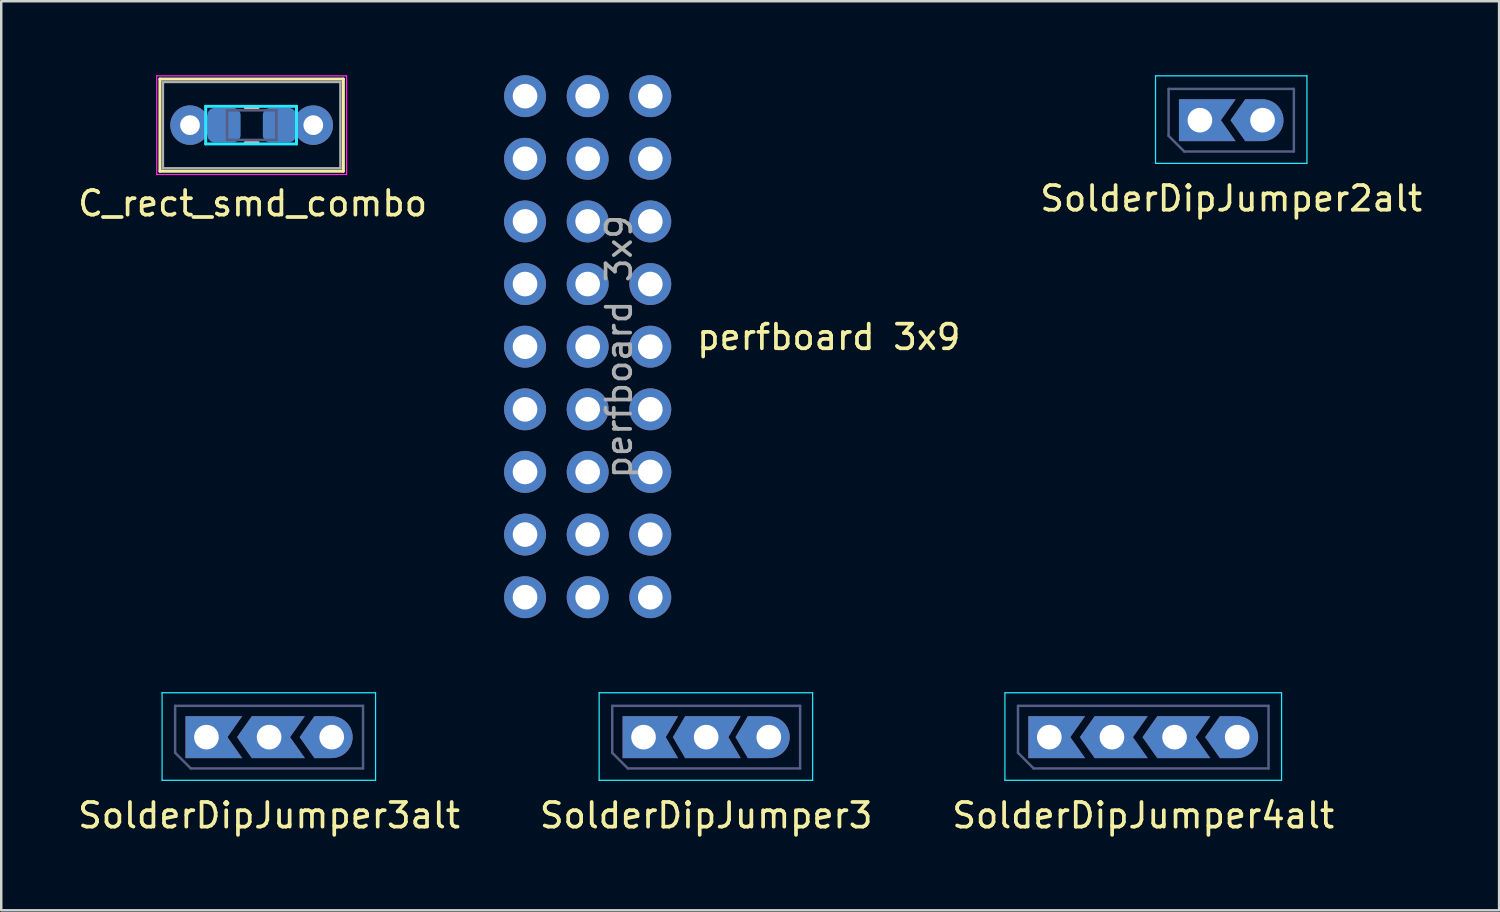
<source format=kicad_pcb>
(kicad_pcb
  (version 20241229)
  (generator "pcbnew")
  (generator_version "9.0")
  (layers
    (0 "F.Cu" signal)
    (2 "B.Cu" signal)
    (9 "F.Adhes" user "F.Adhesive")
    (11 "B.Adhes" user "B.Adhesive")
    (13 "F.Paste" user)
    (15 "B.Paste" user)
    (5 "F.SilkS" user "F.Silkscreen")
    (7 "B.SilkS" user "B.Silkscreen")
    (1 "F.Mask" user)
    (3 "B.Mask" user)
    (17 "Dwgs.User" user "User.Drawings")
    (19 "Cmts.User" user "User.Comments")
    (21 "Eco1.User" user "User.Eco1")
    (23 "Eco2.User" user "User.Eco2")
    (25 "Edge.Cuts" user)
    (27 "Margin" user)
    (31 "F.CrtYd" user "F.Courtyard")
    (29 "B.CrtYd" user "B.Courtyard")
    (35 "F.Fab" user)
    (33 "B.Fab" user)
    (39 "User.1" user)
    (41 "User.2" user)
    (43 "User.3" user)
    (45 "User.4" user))
  (footprint "SolderDipJumper3alt"
    (layer "F.Cu")
    (at 7.863 26.845)
    (property "Reference" "SolderDipJumper3alt" (at 0 3.175 0) (layer "F.SilkS") (effects (font (size 1 1) (thickness 0.15))))
    (attr through_hole)
    (fp_line (start -4.34 -1.8) (end -4.34 1.75) (stroke (width 0.05) (type solid)) (layer "B.CrtYd"))
    (fp_line (start -4.34 1.75) (end 4.318 1.75) (stroke (width 0.05) (type solid)) (layer "B.CrtYd"))
    (fp_line (start 4.318 -1.8) (end -4.34 -1.8) (stroke (width 0.05) (type solid)) (layer "B.CrtYd"))
    (fp_line (start 4.318 1.75) (end 4.318 -1.8) (stroke (width 0.05) (type solid)) (layer "B.CrtYd"))
    (fp_line (start -3.81 -1.27) (end -3.81 0.635) (stroke (width 0.1) (type solid)) (layer "B.Fab"))
    (fp_line (start -3.81 0.635) (end -3.175 1.27) (stroke (width 0.1) (type solid)) (layer "B.Fab"))
    (fp_line (start -3.175 1.27) (end 3.81 1.27) (stroke (width 0.1) (type solid)) (layer "B.Fab"))
    (fp_line (start 3.81 -1.27) (end -3.81 -1.27) (stroke (width 0.1) (type solid)) (layer "B.Fab"))
    (fp_line (start 3.81 1.27) (end 3.81 -1.27) (stroke (width 0.1) (type solid)) (layer "B.Fab"))
    (pad "1" thru_hole custom (at -2.54 0) (size 1.7 1.7) (drill 1) (layers "*.Cu" "*.Mask") (options (anchor rect)) (primitives (gr_poly (pts (xy 1.45 -0.85) (xy 0.85 0) (xy 1.45 0.85) (xy -0.05 0.85) (xy -0.05 -0.85)) (width 0) (fill yes))))
    (pad "2" thru_hole custom (at 0 0) (size 1.7 1.7) (drill 1) (layers "*.Cu" "*.Mask") (options (anchor circle)) (primitives (gr_poly (pts (xy -0.7 0.85) (xy -1.3 0) (xy -0.7 -0.85) (xy 1.45 -0.85) (xy 0.85 0) (xy 1.45 0.85)) (width 0) (fill yes))))
    (pad "3" thru_hole custom (at 2.54 0) (size 1.7 1.7) (drill 1) (layers "*.Cu" "*.Mask") (options (anchor circle)) (primitives (gr_poly (pts (xy -0.7 0.85) (xy -1.3 0) (xy -0.7 -0.85) (xy 0 -0.85) (xy 0 0.85)) (width 0) (fill yes)))))
  (footprint "SolderDipJumper4alt"
    (layer "F.Cu")
    (at 43.315 26.845)
    (property "Reference" "SolderDipJumper4alt" (at 0 3.175 0) (layer "F.SilkS") (effects (font (size 1 1) (thickness 0.15))))
    (attr through_hole)
    (fp_line (start -5.61 -1.8) (end -5.61 1.75) (stroke (width 0.05) (type solid)) (layer "B.CrtYd"))
    (fp_line (start -5.61 1.75) (end 5.61 1.75) (stroke (width 0.05) (type solid)) (layer "B.CrtYd"))
    (fp_line (start 5.61 -1.8) (end -5.61 -1.8) (stroke (width 0.05) (type solid)) (layer "B.CrtYd"))
    (fp_line (start 5.61 1.75) (end 5.61 -1.8) (stroke (width 0.05) (type solid)) (layer "B.CrtYd"))
    (fp_line (start -5.08 -1.27) (end -5.08 0.635) (stroke (width 0.1) (type solid)) (layer "B.Fab"))
    (fp_line (start -5.08 0.635) (end -4.445 1.27) (stroke (width 0.1) (type solid)) (layer "B.Fab"))
    (fp_line (start -4.445 1.27) (end 5.08 1.27) (stroke (width 0.1) (type solid)) (layer "B.Fab"))
    (fp_line (start 5.08 -1.27) (end -5.08 -1.27) (stroke (width 0.1) (type solid)) (layer "B.Fab"))
    (fp_line (start 5.08 1.27) (end 5.08 -1.27) (stroke (width 0.1) (type solid)) (layer "B.Fab"))
    (pad "1" thru_hole custom (at -3.81 0) (size 1.7 1.7) (drill 1) (layers "*.Cu" "*.Mask") (options (anchor rect)) (primitives (gr_poly (pts (xy 1.45 -0.85) (xy 0.85 0) (xy 1.45 0.85) (xy -0.05 0.85) (xy -0.05 -0.85)) (width 0) (fill yes))))
    (pad "2" thru_hole custom (at -1.27 0) (size 1.7 1.7) (drill 1) (layers "*.Cu" "*.Mask") (options (anchor circle)) (primitives (gr_poly (pts (xy -0.7 0.85) (xy -1.3 0) (xy -0.7 -0.85) (xy 1.45 -0.85) (xy 0.85 0) (xy 1.45 0.85)) (width 0) (fill yes))))
    (pad "3" thru_hole custom (at 1.27 0) (size 1.7 1.7) (drill 1) (layers "*.Cu" "*.Mask") (options (anchor circle)) (primitives (gr_poly (pts (xy -0.7 0.85) (xy -1.3 0) (xy -0.7 -0.85) (xy 1.45 -0.85) (xy 0.85 0) (xy 1.45 0.85)) (width 0) (fill yes))))
    (pad "4" thru_hole custom (at 3.81 0) (size 1.7 1.7) (drill 1) (layers "*.Cu" "*.Mask") (options (anchor circle)) (primitives (gr_poly (pts (xy -0.7 0.85) (xy -1.3 0) (xy -0.7 -0.85) (xy 0 -0.85) (xy 0 0.85)) (width 0) (fill yes)))))
  (footprint "perfboard 3x9"
    (layer "F.Cu")
    (at 30.562 10.121)
    (property "Reference" "perfboard 3x9" (at 0 0.5 0) (layer "F.SilkS") (effects (font (size 1 1) (thickness 0.15))))
    (attr through_hole)
    (fp_text user "${REFERENCE}" (at -8.509 0.889 270) (layer "F.Fab") (effects (font (size 1 1) (thickness 0.15))))
    (pad "1" thru_hole oval (at -7.239 -9.271) (size 1.7 1.7) (drill 1) (layers "*.Cu" "*.Mask"))
    (pad "2" thru_hole oval (at -12.319 -9.271) (size 1.7 1.7) (drill 1) (layers "*.Cu" "*.Mask"))
    (pad "2" thru_hole oval (at -9.779 -9.271) (size 1.7 1.7) (drill 1) (layers "*.Cu" "*.Mask"))
    (pad "3" thru_hole oval (at -7.239 -6.731) (size 1.7 1.7) (drill 1) (layers "*.Cu" "*.Mask"))
    (pad "4" thru_hole oval (at -12.319 -6.731) (size 1.7 1.7) (drill 1) (layers "*.Cu" "*.Mask"))
    (pad "4" thru_hole oval (at -9.779 -6.731) (size 1.7 1.7) (drill 1) (layers "*.Cu" "*.Mask"))
    (pad "5" thru_hole oval (at -7.239 -4.191) (size 1.7 1.7) (drill 1) (layers "*.Cu" "*.Mask"))
    (pad "6" thru_hole oval (at -12.319 -4.191) (size 1.7 1.7) (drill 1) (layers "*.Cu" "*.Mask"))
    (pad "6" thru_hole oval (at -9.779 -4.191) (size 1.7 1.7) (drill 1) (layers "*.Cu" "*.Mask"))
    (pad "7" thru_hole oval (at -7.239 -1.651) (size 1.7 1.7) (drill 1) (layers "*.Cu" "*.Mask"))
    (pad "8" thru_hole oval (at -12.319 -1.651) (size 1.7 1.7) (drill 1) (layers "*.Cu" "*.Mask"))
    (pad "8" thru_hole oval (at -9.779 -1.651) (size 1.7 1.7) (drill 1) (layers "*.Cu" "*.Mask"))
    (pad "9" thru_hole oval (at -7.239 0.889) (size 1.7 1.7) (drill 1) (layers "*.Cu" "*.Mask"))
    (pad "10" thru_hole oval (at -12.319 0.889) (size 1.7 1.7) (drill 1) (layers "*.Cu" "*.Mask"))
    (pad "10" thru_hole oval (at -9.779 0.889) (size 1.7 1.7) (drill 1) (layers "*.Cu" "*.Mask"))
    (pad "11" thru_hole oval (at -7.239 3.429) (size 1.7 1.7) (drill 1) (layers "*.Cu" "*.Mask"))
    (pad "12" thru_hole oval (at -12.319 3.429) (size 1.7 1.7) (drill 1) (layers "*.Cu" "*.Mask"))
    (pad "12" thru_hole oval (at -9.779 3.429) (size 1.7 1.7) (drill 1) (layers "*.Cu" "*.Mask"))
    (pad "13" thru_hole oval (at -7.239 5.969) (size 1.7 1.7) (drill 1) (layers "*.Cu" "*.Mask"))
    (pad "14" thru_hole oval (at -12.319 5.969) (size 1.7 1.7) (drill 1) (layers "*.Cu" "*.Mask"))
    (pad "14" thru_hole oval (at -9.779 5.969) (size 1.7 1.7) (drill 1) (layers "*.Cu" "*.Mask"))
    (pad "15" thru_hole oval (at -7.239 8.509) (size 1.7 1.7) (drill 1) (layers "*.Cu" "*.Mask"))
    (pad "16" thru_hole oval (at -12.319 8.509) (size 1.7 1.7) (drill 1) (layers "*.Cu" "*.Mask"))
    (pad "16" thru_hole oval (at -9.779 8.509) (size 1.7 1.7) (drill 1) (layers "*.Cu" "*.Mask"))
    (pad "17" thru_hole oval (at -7.239 11.049) (size 1.7 1.7) (drill 1) (layers "*.Cu" "*.Mask"))
    (pad "18" thru_hole oval (at -12.319 11.049) (size 1.7 1.7) (drill 1) (layers "*.Cu" "*.Mask"))
    (pad "18" thru_hole oval (at -9.779 11.049) (size 1.7 1.7) (drill 1) (layers "*.Cu" "*.Mask")))
  (footprint "SolderDipJumper3"
    (layer "F.Cu")
    (at 25.589 26.845)
    (property "Reference" "SolderDipJumper3" (at 0 3.175 0) (layer "F.SilkS") (effects (font (size 1 1) (thickness 0.15))))
    (attr through_hole)
    (fp_line (start -4.34 -1.8) (end -4.34 1.75) (stroke (width 0.05) (type solid)) (layer "B.CrtYd"))
    (fp_line (start -4.34 1.75) (end 4.318 1.75) (stroke (width 0.05) (type solid)) (layer "B.CrtYd"))
    (fp_line (start 4.318 -1.8) (end -4.34 -1.8) (stroke (width 0.05) (type solid)) (layer "B.CrtYd"))
    (fp_line (start 4.318 1.75) (end 4.318 -1.8) (stroke (width 0.05) (type solid)) (layer "B.CrtYd"))
    (fp_line (start -3.81 -1.27) (end -3.81 0.635) (stroke (width 0.1) (type solid)) (layer "B.Fab"))
    (fp_line (start -3.81 0.635) (end -3.175 1.27) (stroke (width 0.1) (type solid)) (layer "B.Fab"))
    (fp_line (start -3.175 1.27) (end 3.81 1.27) (stroke (width 0.1) (type solid)) (layer "B.Fab"))
    (fp_line (start 3.81 -1.27) (end -3.81 -1.27) (stroke (width 0.1) (type solid)) (layer "B.Fab"))
    (fp_line (start 3.81 1.27) (end 3.81 -1.27) (stroke (width 0.1) (type solid)) (layer "B.Fab"))
    (pad "1" thru_hole custom (at -2.54 0) (size 1.7 1.7) (drill 1) (layers "*.Cu" "*.Mask") (options (anchor rect)) (primitives (gr_poly (pts (xy 1.4 -0.85) (xy 0.9 0) (xy 1.4 0.85) (xy -0.1 0.85) (xy -0.1 -0.85)) (width 0) (fill yes))))
    (pad "2" thru_hole custom (at 0 0) (size 1.7 1.7) (drill 1) (layers "*.Cu" "*.Mask") (options (anchor circle)) (primitives (gr_poly (pts (xy -0.85 0.85) (xy -1.35 0) (xy -0.85 -0.85) (xy 1.4 -0.85) (xy 0.9 0) (xy 1.4 0.85)) (width 0) (fill yes))))
    (pad "3" thru_hole custom (at 2.54 0) (size 1.7 1.7) (drill 1) (layers "*.Cu" "*.Mask") (options (anchor circle)) (primitives (gr_poly (pts (xy -0.85 0.85) (xy -1.35 0) (xy -0.85 -0.85) (xy 0 -0.85) (xy 0 0.85)) (width 0) (fill yes)))))
  (footprint "SolderDipJumper2alt"
    (layer "F.Cu")
    (at 46.883 1.825)
    (property "Reference" "SolderDipJumper2alt" (at 0 3.175 0) (layer "F.SilkS") (effects (font (size 1 1) (thickness 0.15))))
    (attr through_hole)
    (fp_line (start -3.07 -1.8) (end -3.07 1.75) (stroke (width 0.05) (type solid)) (layer "B.CrtYd"))
    (fp_line (start -3.07 1.75) (end 3.07 1.75) (stroke (width 0.05) (type solid)) (layer "B.CrtYd"))
    (fp_line (start 3.07 -1.8) (end -3.07 -1.8) (stroke (width 0.05) (type solid)) (layer "B.CrtYd"))
    (fp_line (start 3.07 1.75) (end 3.07 -1.8) (stroke (width 0.05) (type solid)) (layer "B.CrtYd"))
    (fp_line (start -2.54 -1.27) (end -2.54 0.635) (stroke (width 0.1) (type solid)) (layer "B.Fab"))
    (fp_line (start -2.54 0.635) (end -1.905 1.27) (stroke (width 0.1) (type solid)) (layer "B.Fab"))
    (fp_line (start -1.905 1.27) (end 2.54 1.27) (stroke (width 0.1) (type solid)) (layer "B.Fab"))
    (fp_line (start 2.54 -1.27) (end -2.54 -1.27) (stroke (width 0.1) (type solid)) (layer "B.Fab"))
    (fp_line (start 2.54 1.27) (end 2.54 -1.27) (stroke (width 0.1) (type solid)) (layer "B.Fab"))
    (pad "1" thru_hole custom (at -1.27 0) (size 1.7 1.7) (drill 1) (layers "*.Cu" "*.Mask") (options (anchor rect)) (primitives (gr_poly (pts (xy 1.45 -0.85) (xy 0.85 0) (xy 1.45 0.85) (xy -0.05 0.85) (xy -0.05 -0.85)) (width 0) (fill yes))))
    (pad "2" thru_hole custom (at 1.27 0) (size 1.7 1.7) (drill 1) (layers "*.Cu" "*.Mask") (options (anchor circle)) (primitives (gr_poly (pts (xy -0.7 0.85) (xy -1.3 0) (xy -0.7 -0.85) (xy 0 -0.85) (xy 0 0.85)) (width 0) (fill yes)))))
  (footprint "C_rect_smd_combo"
    (layer "F.Cu")
    (at 4.656 2.025)
    (property "Reference" "C_rect_smd_combo" (at 2.54 3.175 0) (layer "F.SilkS") (effects (font (size 1 1) (thickness 0.15))))
    (attr through_hole)
    (fp_line (start -1.22 -1.87) (end -1.22 1.87) (stroke (width 0.12) (type solid)) (layer "F.SilkS"))
    (fp_line (start -1.22 -1.87) (end 6.22 -1.87) (stroke (width 0.12) (type solid)) (layer "F.SilkS"))
    (fp_line (start -1.22 1.87) (end 6.22 1.87) (stroke (width 0.12) (type solid)) (layer "F.SilkS"))
    (fp_line (start 6.22 -1.87) (end 6.22 1.87) (stroke (width 0.12) (type solid)) (layer "F.SilkS"))
    (fp_line (start 2.241 -0.71) (end 2.763 -0.71) (stroke (width 0.12) (type solid)) (layer "B.SilkS"))
    (fp_line (start 2.241 0.71) (end 2.763 0.71) (stroke (width 0.12) (type solid)) (layer "B.SilkS"))
    (fp_line (start 0.635 -0.762) (end 0.635 0.762) (stroke (width 0.12) (type solid)) (layer "B.CrtYd"))
    (fp_line (start 0.635 0.762) (end 4.318 0.762) (stroke (width 0.12) (type solid)) (layer "B.CrtYd"))
    (fp_line (start 4.318 -0.762) (end 0.635 -0.762) (stroke (width 0.12) (type solid)) (layer "B.CrtYd"))
    (fp_line (start 4.318 0.762) (end 4.318 -0.762) (stroke (width 0.12) (type solid)) (layer "B.CrtYd"))
    (fp_line (start -1.35 -2) (end -1.35 2) (stroke (width 0.05) (type solid)) (layer "F.CrtYd"))
    (fp_line (start -1.35 2) (end 6.35 2) (stroke (width 0.05) (type solid)) (layer "F.CrtYd"))
    (fp_line (start 6.35 -2) (end -1.35 -2) (stroke (width 0.05) (type solid)) (layer "F.CrtYd"))
    (fp_line (start 6.35 2) (end 6.35 -2) (stroke (width 0.05) (type solid)) (layer "F.CrtYd"))
    (fp_line (start 1.502 -0.6) (end 1.502 0.6) (stroke (width 0.1) (type solid)) (layer "B.Fab"))
    (fp_line (start 1.502 0.6) (end 3.502 0.6) (stroke (width 0.1) (type solid)) (layer "B.Fab"))
    (fp_line (start 3.502 -0.6) (end 1.502 -0.6) (stroke (width 0.1) (type solid)) (layer "B.Fab"))
    (fp_line (start 3.502 0.6) (end 3.502 -0.6) (stroke (width 0.1) (type solid)) (layer "B.Fab"))
    (fp_line (start -1.1 -1.75) (end -1.1 1.75) (stroke (width 0.1) (type solid)) (layer "F.Fab"))
    (fp_line (start -1.1 1.75) (end 6.1 1.75) (stroke (width 0.1) (type solid)) (layer "F.Fab"))
    (fp_line (start 6.1 -1.75) (end -1.1 -1.75) (stroke (width 0.1) (type solid)) (layer "F.Fab"))
    (fp_line (start 6.1 1.75) (end 6.1 -1.75) (stroke (width 0.1) (type solid)) (layer "F.Fab"))
    (pad "1" thru_hole circle (at 0 0) (size 1.6 1.6) (drill 0.8) (layers "*.Cu" "*.Mask"))
    (pad "1" smd roundrect (at 1.377 0) (size 1.35 1.4) (layers "B.Cu" "B.Mask" "B.Paste") (roundrect_rratio 0.217))
    (pad "2" smd roundrect (at 3.627 0) (size 1.35 1.4) (layers "B.Cu" "B.Mask" "B.Paste") (roundrect_rratio 0.217))
    (pad "2" thru_hole circle (at 5 0) (size 1.6 1.6) (drill 0.8) (layers "*.Cu" "*.Mask")))
  (gr_rect
    (start -3 -3)
    (end 57.746 33.868)
    (stroke (width 0.1) (type default))
    (fill no)
    (layer "Edge.Cuts")))
</source>
